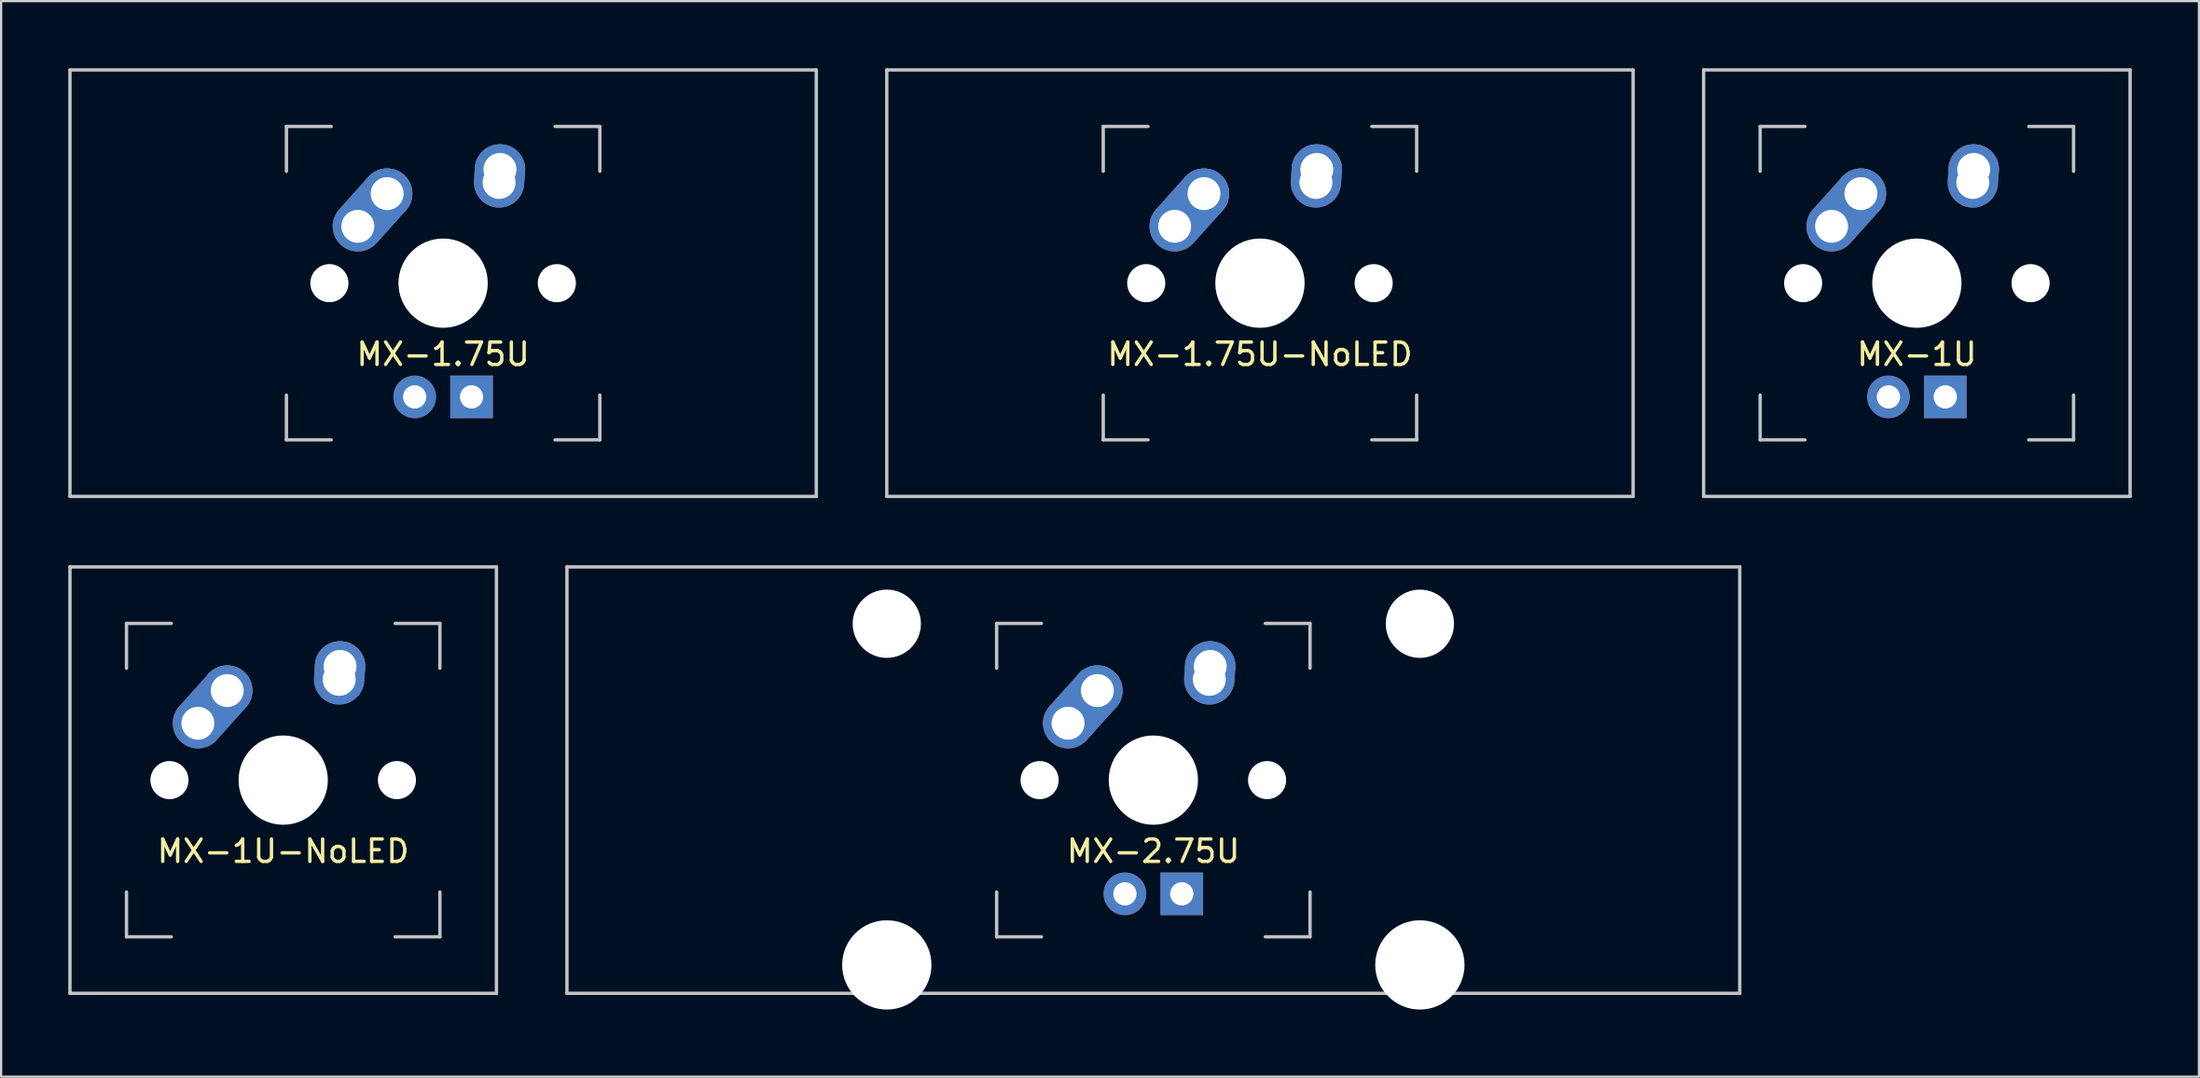
<source format=kicad_pcb>
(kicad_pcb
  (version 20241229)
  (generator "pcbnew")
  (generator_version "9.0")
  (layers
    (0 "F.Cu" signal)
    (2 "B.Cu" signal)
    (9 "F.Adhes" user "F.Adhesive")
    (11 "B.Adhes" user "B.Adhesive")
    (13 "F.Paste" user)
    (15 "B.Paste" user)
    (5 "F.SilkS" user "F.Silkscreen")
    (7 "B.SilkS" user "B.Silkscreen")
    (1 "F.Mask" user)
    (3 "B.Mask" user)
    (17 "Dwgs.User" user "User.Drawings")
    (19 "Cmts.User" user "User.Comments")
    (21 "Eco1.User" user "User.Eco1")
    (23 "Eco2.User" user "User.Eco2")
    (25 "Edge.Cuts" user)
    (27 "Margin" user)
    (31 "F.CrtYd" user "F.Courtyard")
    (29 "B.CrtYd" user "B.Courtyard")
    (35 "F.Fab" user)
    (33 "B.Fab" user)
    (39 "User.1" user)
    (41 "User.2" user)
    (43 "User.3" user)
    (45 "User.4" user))
  (footprint "MX-1.75U"
    (layer "F.Cu")
    (at 16.744 9.6)
    (property "Reference" "MX-1.75U" (at 0 3.175 0) (layer "F.SilkS") (effects (font (size 1 1) (thickness 0.15))))
    (attr through_hole)
    (fp_line (start -16.669 -9.525) (end 16.669 -9.525) (stroke (width 0.15) (type solid)) (layer "Dwgs.User"))
    (fp_line (start -16.669 9.525) (end -16.669 -9.525) (stroke (width 0.15) (type solid)) (layer "Dwgs.User"))
    (fp_line (start -16.669 9.525) (end 16.669 9.525) (stroke (width 0.15) (type solid)) (layer "Dwgs.User"))
    (fp_line (start -7 -7) (end -7 -5) (stroke (width 0.15) (type solid)) (layer "Dwgs.User"))
    (fp_line (start -7 5) (end -7 7) (stroke (width 0.15) (type solid)) (layer "Dwgs.User"))
    (fp_line (start -7 7) (end -5 7) (stroke (width 0.15) (type solid)) (layer "Dwgs.User"))
    (fp_line (start -5 -7) (end -7 -7) (stroke (width 0.15) (type solid)) (layer "Dwgs.User"))
    (fp_line (start 5 -7) (end 7 -7) (stroke (width 0.15) (type solid)) (layer "Dwgs.User"))
    (fp_line (start 5 7) (end 7 7) (stroke (width 0.15) (type solid)) (layer "Dwgs.User"))
    (fp_line (start 7 -7) (end 7 -5) (stroke (width 0.15) (type solid)) (layer "Dwgs.User"))
    (fp_line (start 7 7) (end 7 5) (stroke (width 0.15) (type solid)) (layer "Dwgs.User"))
    (fp_line (start 16.669 -9.525) (end 16.669 9.525) (stroke (width 0.15) (type solid)) (layer "Dwgs.User"))
    (pad "" np_thru_hole circle (at -5.08 0 48.1) (size 1.702 1.702) (drill 1.702) (layers "*.Cu" "*.Mask"))
    (pad "" np_thru_hole circle (at 0 0) (size 3.988 3.988) (drill 3.988) (layers "*.Cu" "*.Mask"))
    (pad "" np_thru_hole circle (at 5.08 0 48.1) (size 1.702 1.702) (drill 1.702) (layers "*.Cu" "*.Mask"))
    (pad "1" thru_hole oval (at -3.81 -2.54 48.1) (size 4.212 2.25) (drill 1.47 (offset 0.981 0)) (layers "*.Cu" "*.Mask"))
    (pad "1" thru_hole circle (at -2.5 -4) (size 2.25 2.25) (drill 1.47) (layers "*.Cu" "*.Mask"))
    (pad "2" thru_hole oval (at 2.5 -4.5 86.055) (size 2.831 2.25) (drill 1.47 (offset 0.291 0)) (layers "*.Cu" "*.Mask"))
    (pad "2" thru_hole circle (at 2.54 -5.08) (size 2.25 2.25) (drill 1.47) (layers "*.Cu" "*.Mask"))
    (pad "3" thru_hole circle (at -1.27 5.08) (size 1.905 1.905) (drill 1.04) (layers "*.Cu" "*.Mask"))
    (pad "4" thru_hole rect (at 1.27 5.08) (size 1.905 1.905) (drill 1.04) (layers "*.Cu" "*.Mask")))
  (footprint "MX-1U-NoLED"
    (layer "F.Cu")
    (at 9.6 31.8)
    (property "Reference" "MX-1U-NoLED" (at 0 3.175 0) (layer "F.SilkS") (effects (font (size 1 1) (thickness 0.15))))
    (attr through_hole)
    (fp_line (start -9.525 -9.525) (end 9.525 -9.525) (stroke (width 0.15) (type solid)) (layer "Dwgs.User"))
    (fp_line (start -9.525 9.525) (end -9.525 -9.525) (stroke (width 0.15) (type solid)) (layer "Dwgs.User"))
    (fp_line (start -7 -7) (end -7 -5) (stroke (width 0.15) (type solid)) (layer "Dwgs.User"))
    (fp_line (start -7 5) (end -7 7) (stroke (width 0.15) (type solid)) (layer "Dwgs.User"))
    (fp_line (start -7 7) (end -5 7) (stroke (width 0.15) (type solid)) (layer "Dwgs.User"))
    (fp_line (start -5 -7) (end -7 -7) (stroke (width 0.15) (type solid)) (layer "Dwgs.User"))
    (fp_line (start 5 -7) (end 7 -7) (stroke (width 0.15) (type solid)) (layer "Dwgs.User"))
    (fp_line (start 5 7) (end 7 7) (stroke (width 0.15) (type solid)) (layer "Dwgs.User"))
    (fp_line (start 7 -7) (end 7 -5) (stroke (width 0.15) (type solid)) (layer "Dwgs.User"))
    (fp_line (start 7 7) (end 7 5) (stroke (width 0.15) (type solid)) (layer "Dwgs.User"))
    (fp_line (start 9.525 -9.525) (end 9.525 9.525) (stroke (width 0.15) (type solid)) (layer "Dwgs.User"))
    (fp_line (start 9.525 9.525) (end -9.525 9.525) (stroke (width 0.15) (type solid)) (layer "Dwgs.User"))
    (pad "" np_thru_hole circle (at -5.08 0 48.1) (size 1.702 1.702) (drill 1.702) (layers "*.Cu" "*.Mask"))
    (pad "" np_thru_hole circle (at 0 0) (size 3.988 3.988) (drill 3.988) (layers "*.Cu" "*.Mask"))
    (pad "" np_thru_hole circle (at 5.08 0 48.1) (size 1.702 1.702) (drill 1.702) (layers "*.Cu" "*.Mask"))
    (pad "1" thru_hole oval (at -3.81 -2.54 48.1) (size 4.212 2.25) (drill 1.47 (offset 0.981 0)) (layers "*.Cu" "*.Mask"))
    (pad "1" thru_hole circle (at -2.5 -4) (size 2.25 2.25) (drill 1.47) (layers "*.Cu" "*.Mask"))
    (pad "2" thru_hole oval (at 2.5 -4.5 86.055) (size 2.831 2.25) (drill 1.47 (offset 0.291 0)) (layers "*.Cu" "*.Mask"))
    (pad "2" thru_hole circle (at 2.54 -5.08) (size 2.25 2.25) (drill 1.47) (layers "*.Cu" "*.Mask")))
  (footprint "MX-1.75U-NoLED"
    (layer "F.Cu")
    (at 53.231 9.6)
    (property "Reference" "MX-1.75U-NoLED" (at 0 3.175 0) (layer "F.SilkS") (effects (font (size 1 1) (thickness 0.15))))
    (attr through_hole)
    (fp_line (start -16.669 -9.525) (end 16.669 -9.525) (stroke (width 0.15) (type solid)) (layer "Dwgs.User"))
    (fp_line (start -16.669 9.525) (end -16.669 -9.525) (stroke (width 0.15) (type solid)) (layer "Dwgs.User"))
    (fp_line (start -16.669 9.525) (end 16.669 9.525) (stroke (width 0.15) (type solid)) (layer "Dwgs.User"))
    (fp_line (start -7 -7) (end -7 -5) (stroke (width 0.15) (type solid)) (layer "Dwgs.User"))
    (fp_line (start -7 5) (end -7 7) (stroke (width 0.15) (type solid)) (layer "Dwgs.User"))
    (fp_line (start -7 7) (end -5 7) (stroke (width 0.15) (type solid)) (layer "Dwgs.User"))
    (fp_line (start -5 -7) (end -7 -7) (stroke (width 0.15) (type solid)) (layer "Dwgs.User"))
    (fp_line (start 5 -7) (end 7 -7) (stroke (width 0.15) (type solid)) (layer "Dwgs.User"))
    (fp_line (start 5 7) (end 7 7) (stroke (width 0.15) (type solid)) (layer "Dwgs.User"))
    (fp_line (start 7 -7) (end 7 -5) (stroke (width 0.15) (type solid)) (layer "Dwgs.User"))
    (fp_line (start 7 7) (end 7 5) (stroke (width 0.15) (type solid)) (layer "Dwgs.User"))
    (fp_line (start 16.669 -9.525) (end 16.669 9.525) (stroke (width 0.15) (type solid)) (layer "Dwgs.User"))
    (pad "" np_thru_hole circle (at -5.08 0 48.1) (size 1.702 1.702) (drill 1.702) (layers "*.Cu" "*.Mask"))
    (pad "" np_thru_hole circle (at 0 0) (size 3.988 3.988) (drill 3.988) (layers "*.Cu" "*.Mask"))
    (pad "" np_thru_hole circle (at 5.08 0 48.1) (size 1.702 1.702) (drill 1.702) (layers "*.Cu" "*.Mask"))
    (pad "1" thru_hole oval (at -3.81 -2.54 48.1) (size 4.212 2.25) (drill 1.47 (offset 0.981 0)) (layers "*.Cu" "*.Mask"))
    (pad "1" thru_hole circle (at -2.5 -4) (size 2.25 2.25) (drill 1.47) (layers "*.Cu" "*.Mask"))
    (pad "2" thru_hole oval (at 2.5 -4.5 86.055) (size 2.831 2.25) (drill 1.47 (offset 0.291 0)) (layers "*.Cu" "*.Mask"))
    (pad "2" thru_hole circle (at 2.54 -5.08) (size 2.25 2.25) (drill 1.47) (layers "*.Cu" "*.Mask")))
  (footprint "MX-1U"
    (layer "F.Cu")
    (at 82.575 9.6)
    (property "Reference" "MX-1U" (at 0 3.175 0) (layer "F.SilkS") (effects (font (size 1 1) (thickness 0.15))))
    (attr through_hole)
    (fp_line (start -9.525 -9.525) (end 9.525 -9.525) (stroke (width 0.15) (type solid)) (layer "Dwgs.User"))
    (fp_line (start -9.525 9.525) (end -9.525 -9.525) (stroke (width 0.15) (type solid)) (layer "Dwgs.User"))
    (fp_line (start -7 -7) (end -7 -5) (stroke (width 0.15) (type solid)) (layer "Dwgs.User"))
    (fp_line (start -7 5) (end -7 7) (stroke (width 0.15) (type solid)) (layer "Dwgs.User"))
    (fp_line (start -7 7) (end -5 7) (stroke (width 0.15) (type solid)) (layer "Dwgs.User"))
    (fp_line (start -5 -7) (end -7 -7) (stroke (width 0.15) (type solid)) (layer "Dwgs.User"))
    (fp_line (start 5 -7) (end 7 -7) (stroke (width 0.15) (type solid)) (layer "Dwgs.User"))
    (fp_line (start 5 7) (end 7 7) (stroke (width 0.15) (type solid)) (layer "Dwgs.User"))
    (fp_line (start 7 -7) (end 7 -5) (stroke (width 0.15) (type solid)) (layer "Dwgs.User"))
    (fp_line (start 7 7) (end 7 5) (stroke (width 0.15) (type solid)) (layer "Dwgs.User"))
    (fp_line (start 9.525 -9.525) (end 9.525 9.525) (stroke (width 0.15) (type solid)) (layer "Dwgs.User"))
    (fp_line (start 9.525 9.525) (end -9.525 9.525) (stroke (width 0.15) (type solid)) (layer "Dwgs.User"))
    (pad "" np_thru_hole circle (at -5.08 0 48.1) (size 1.702 1.702) (drill 1.702) (layers "*.Cu" "*.Mask"))
    (pad "" np_thru_hole circle (at 0 0) (size 3.988 3.988) (drill 3.988) (layers "*.Cu" "*.Mask"))
    (pad "" np_thru_hole circle (at 5.08 0 48.1) (size 1.702 1.702) (drill 1.702) (layers "*.Cu" "*.Mask"))
    (pad "1" thru_hole oval (at -3.81 -2.54 48.1) (size 4.212 2.25) (drill 1.47 (offset 0.981 0)) (layers "*.Cu" "*.Mask"))
    (pad "1" thru_hole circle (at -2.5 -4) (size 2.25 2.25) (drill 1.47) (layers "*.Cu" "*.Mask"))
    (pad "2" thru_hole oval (at 2.5 -4.5 86.055) (size 2.831 2.25) (drill 1.47 (offset 0.291 0)) (layers "*.Cu" "*.Mask"))
    (pad "2" thru_hole circle (at 2.54 -5.08) (size 2.25 2.25) (drill 1.47) (layers "*.Cu" "*.Mask"))
    (pad "3" thru_hole circle (at -1.27 5.08) (size 1.905 1.905) (drill 1.04) (layers "*.Cu" "*.Mask"))
    (pad "4" thru_hole rect (at 1.27 5.08) (size 1.905 1.905) (drill 1.04) (layers "*.Cu" "*.Mask")))
  (footprint "MX-2.75U"
    (layer "F.Cu")
    (at 48.469 31.8)
    (property "Reference" "MX-2.75U" (at 0 3.175 0) (layer "F.SilkS") (effects (font (size 1 1) (thickness 0.15))))
    (attr through_hole)
    (fp_line (start -26.194 -9.525) (end 26.194 -9.525) (stroke (width 0.15) (type solid)) (layer "Dwgs.User"))
    (fp_line (start -26.194 9.525) (end -26.194 -9.525) (stroke (width 0.15) (type solid)) (layer "Dwgs.User"))
    (fp_line (start -26.194 9.525) (end 26.194 9.525) (stroke (width 0.15) (type solid)) (layer "Dwgs.User"))
    (fp_line (start -7 -7) (end -7 -5) (stroke (width 0.15) (type solid)) (layer "Dwgs.User"))
    (fp_line (start -7 5) (end -7 7) (stroke (width 0.15) (type solid)) (layer "Dwgs.User"))
    (fp_line (start -7 7) (end -5 7) (stroke (width 0.15) (type solid)) (layer "Dwgs.User"))
    (fp_line (start -5 -7) (end -7 -7) (stroke (width 0.15) (type solid)) (layer "Dwgs.User"))
    (fp_line (start 5 -7) (end 7 -7) (stroke (width 0.15) (type solid)) (layer "Dwgs.User"))
    (fp_line (start 5 7) (end 7 7) (stroke (width 0.15) (type solid)) (layer "Dwgs.User"))
    (fp_line (start 7 -7) (end 7 -5) (stroke (width 0.15) (type solid)) (layer "Dwgs.User"))
    (fp_line (start 7 7) (end 7 5) (stroke (width 0.15) (type solid)) (layer "Dwgs.User"))
    (fp_line (start 26.194 -9.525) (end 26.194 9.525) (stroke (width 0.15) (type solid)) (layer "Dwgs.User"))
    (pad "" np_thru_hole circle (at -11.906 -6.985) (size 3.048 3.048) (drill 3.048) (layers "*.Cu" "*.Mask"))
    (pad "" np_thru_hole circle (at -11.906 8.255) (size 3.988 3.988) (drill 3.988) (layers "*.Cu" "*.Mask"))
    (pad "" np_thru_hole circle (at -5.08 0 48.1) (size 1.702 1.702) (drill 1.702) (layers "*.Cu" "*.Mask"))
    (pad "" np_thru_hole circle (at 0 0) (size 3.988 3.988) (drill 3.988) (layers "*.Cu" "*.Mask"))
    (pad "" np_thru_hole circle (at 5.08 0 48.1) (size 1.702 1.702) (drill 1.702) (layers "*.Cu" "*.Mask"))
    (pad "" np_thru_hole circle (at 11.906 -6.985) (size 3.048 3.048) (drill 3.048) (layers "*.Cu" "*.Mask"))
    (pad "" np_thru_hole circle (at 11.906 8.255) (size 3.988 3.988) (drill 3.988) (layers "*.Cu" "*.Mask"))
    (pad "1" thru_hole oval (at -3.81 -2.54 48.1) (size 4.212 2.25) (drill 1.47 (offset 0.981 0)) (layers "*.Cu" "*.Mask"))
    (pad "1" thru_hole circle (at -2.5 -4) (size 2.25 2.25) (drill 1.47) (layers "*.Cu" "*.Mask"))
    (pad "2" thru_hole oval (at 2.5 -4.5 86.055) (size 2.831 2.25) (drill 1.47 (offset 0.291 0)) (layers "*.Cu" "*.Mask"))
    (pad "2" thru_hole circle (at 2.54 -5.08) (size 2.25 2.25) (drill 1.47) (layers "*.Cu" "*.Mask"))
    (pad "3" thru_hole circle (at -1.27 5.08) (size 1.905 1.905) (drill 1.04) (layers "*.Cu" "*.Mask"))
    (pad "4" thru_hole rect (at 1.27 5.08) (size 1.905 1.905) (drill 1.04) (layers "*.Cu" "*.Mask")))
  (gr_rect
    (start -3 -3)
    (end 95.175 45.049)
    (stroke (width 0.1) (type default))
    (fill no)
    (layer "Edge.Cuts")))
</source>
